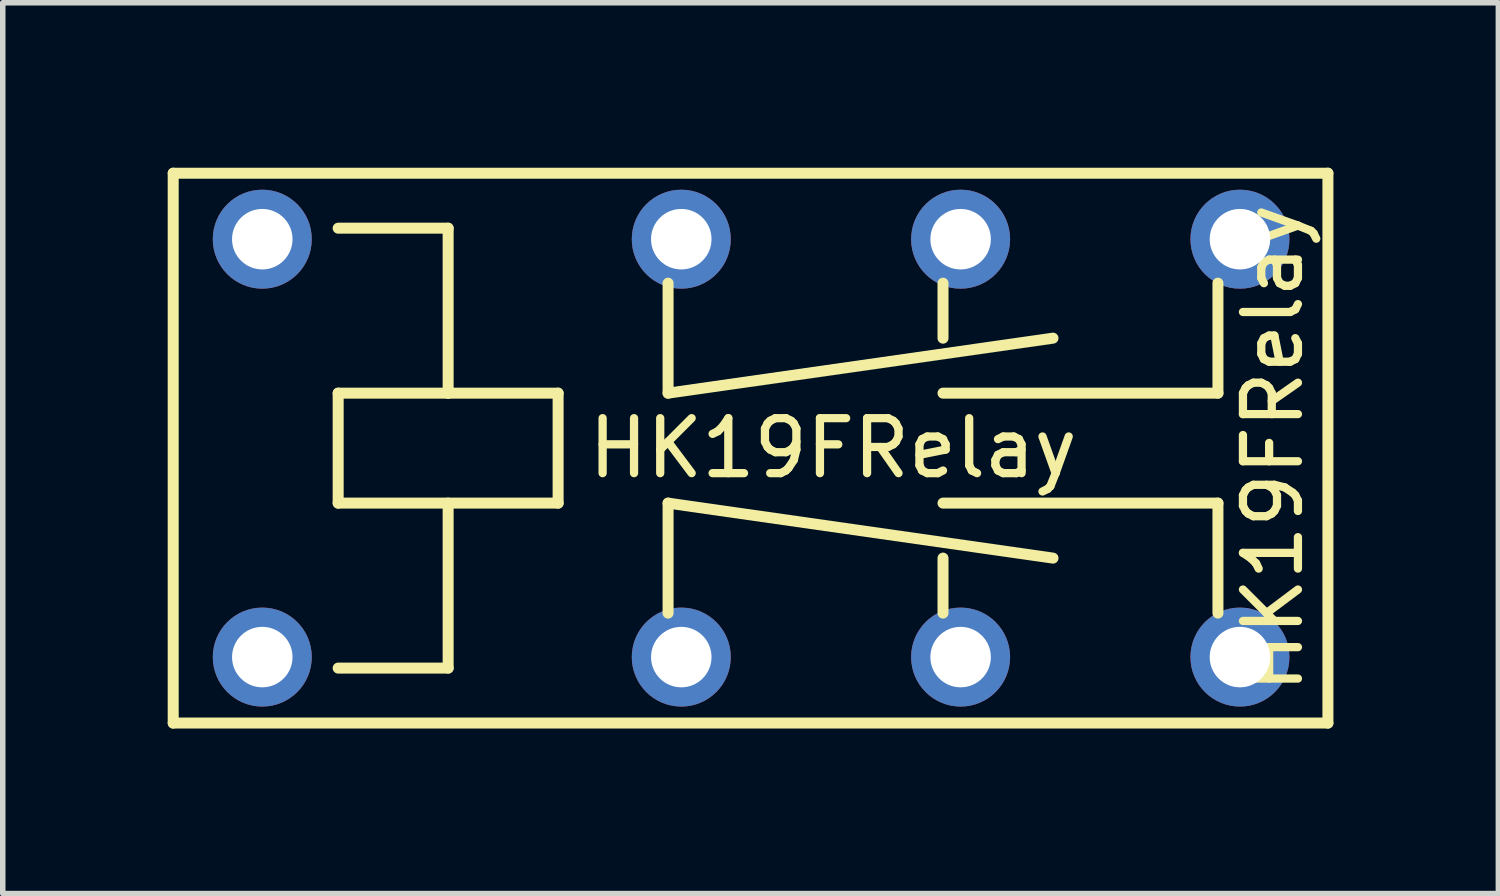
<source format=kicad_pcb>
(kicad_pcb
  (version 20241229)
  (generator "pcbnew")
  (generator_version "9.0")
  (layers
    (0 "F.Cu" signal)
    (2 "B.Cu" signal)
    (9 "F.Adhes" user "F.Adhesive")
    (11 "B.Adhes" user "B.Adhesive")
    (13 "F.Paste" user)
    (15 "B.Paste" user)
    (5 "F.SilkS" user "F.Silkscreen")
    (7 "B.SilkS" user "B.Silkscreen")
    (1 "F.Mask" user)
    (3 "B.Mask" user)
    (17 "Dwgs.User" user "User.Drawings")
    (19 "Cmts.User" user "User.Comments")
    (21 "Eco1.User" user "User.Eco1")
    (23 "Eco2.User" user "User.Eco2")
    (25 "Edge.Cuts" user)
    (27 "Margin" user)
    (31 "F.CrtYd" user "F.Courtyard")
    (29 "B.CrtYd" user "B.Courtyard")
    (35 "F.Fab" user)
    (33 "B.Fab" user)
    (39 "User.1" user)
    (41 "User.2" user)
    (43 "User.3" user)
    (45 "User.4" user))
  (footprint "HK19FRelay"
    (layer "F.Cu")
    (at 4.1 5.1)
    (property "Reference" "HK19FRelay" (at 16 0 90) (layer "F.SilkS") (effects (font (size 1 1) (thickness 0.15))))
    (attr through_hole)
    (fp_line (start -4 -5) (end -4 5) (stroke (width 0.2) (type solid)) (layer "F.SilkS"))
    (fp_line (start -4 5) (end 17 5) (stroke (width 0.2) (type solid)) (layer "F.SilkS"))
    (fp_line (start -1 -4) (end 1 -4) (stroke (width 0.2) (type solid)) (layer "F.SilkS"))
    (fp_line (start -1 -1) (end -1 1) (stroke (width 0.2) (type solid)) (layer "F.SilkS"))
    (fp_line (start -1 1) (end 3 1) (stroke (width 0.2) (type solid)) (layer "F.SilkS"))
    (fp_line (start -1 4) (end 1 4) (stroke (width 0.2) (type solid)) (layer "F.SilkS"))
    (fp_line (start 1 -4) (end 1 -1) (stroke (width 0.2) (type solid)) (layer "F.SilkS"))
    (fp_line (start 1 -1) (end -1 -1) (stroke (width 0.2) (type solid)) (layer "F.SilkS"))
    (fp_line (start 1 1) (end 1 4) (stroke (width 0.2) (type solid)) (layer "F.SilkS"))
    (fp_line (start 3 -1) (end 1 -1) (stroke (width 0.2) (type solid)) (layer "F.SilkS"))
    (fp_line (start 3 1) (end 3 -1) (stroke (width 0.2) (type solid)) (layer "F.SilkS"))
    (fp_line (start 5 -3) (end 5 -1) (stroke (width 0.2) (type solid)) (layer "F.SilkS"))
    (fp_line (start 5 -1) (end 12 -2) (stroke (width 0.2) (type solid)) (layer "F.SilkS"))
    (fp_line (start 5 1) (end 12 2) (stroke (width 0.2) (type solid)) (layer "F.SilkS"))
    (fp_line (start 5 3) (end 5 1) (stroke (width 0.2) (type solid)) (layer "F.SilkS"))
    (fp_line (start 10 -3) (end 10 -2) (stroke (width 0.2) (type solid)) (layer "F.SilkS"))
    (fp_line (start 10 -1) (end 15 -1) (stroke (width 0.2) (type solid)) (layer "F.SilkS"))
    (fp_line (start 10 1) (end 15 1) (stroke (width 0.2) (type solid)) (layer "F.SilkS"))
    (fp_line (start 10 3) (end 10 2) (stroke (width 0.2) (type solid)) (layer "F.SilkS"))
    (fp_line (start 15 -1) (end 15 -3) (stroke (width 0.2) (type solid)) (layer "F.SilkS"))
    (fp_line (start 15 1) (end 15 3) (stroke (width 0.2) (type solid)) (layer "F.SilkS"))
    (fp_line (start 17 -5) (end -4 -5) (stroke (width 0.2) (type solid)) (layer "F.SilkS"))
    (fp_line (start 17 5) (end 17 -5) (stroke (width 0.2) (type solid)) (layer "F.SilkS"))
    (fp_text user "HK19FRelay" (at 8 0 180) (layer "F.SilkS") (effects (font (size 1 1) (thickness 0.15))))
    (pad "1" thru_hole circle (at 10.32 -3.8) (size 1.8 1.8) (drill 1.1) (layers "*.Cu" "*.Mask"))
    (pad "1" thru_hole circle (at 10.32 3.8) (size 1.8 1.8) (drill 1.1) (layers "*.Cu" "*.Mask"))
    (pad "2" thru_hole circle (at 5.24 -3.8) (size 1.8 1.8) (drill 1.1) (layers "*.Cu" "*.Mask"))
    (pad "2" thru_hole circle (at 5.24 3.8) (size 1.8 1.8) (drill 1.1) (layers "*.Cu" "*.Mask"))
    (pad "3" thru_hole circle (at 15.4 -3.8) (size 1.8 1.8) (drill 1.1) (layers "*.Cu" "*.Mask"))
    (pad "3" thru_hole circle (at 15.4 3.8) (size 1.8 1.8) (drill 1.1) (layers "*.Cu" "*.Mask"))
    (pad "4" thru_hole circle (at -2.38 -3.8) (size 1.8 1.8) (drill 1.1) (layers "*.Cu" "*.Mask"))
    (pad "5" thru_hole circle (at -2.38 3.8) (size 1.8 1.8) (drill 1.1) (layers "*.Cu" "*.Mask")))
  (gr_rect
    (start -3 -3)
    (end 24.2 13.2)
    (stroke (width 0.1) (type default))
    (fill no)
    (layer "Edge.Cuts")))
</source>
